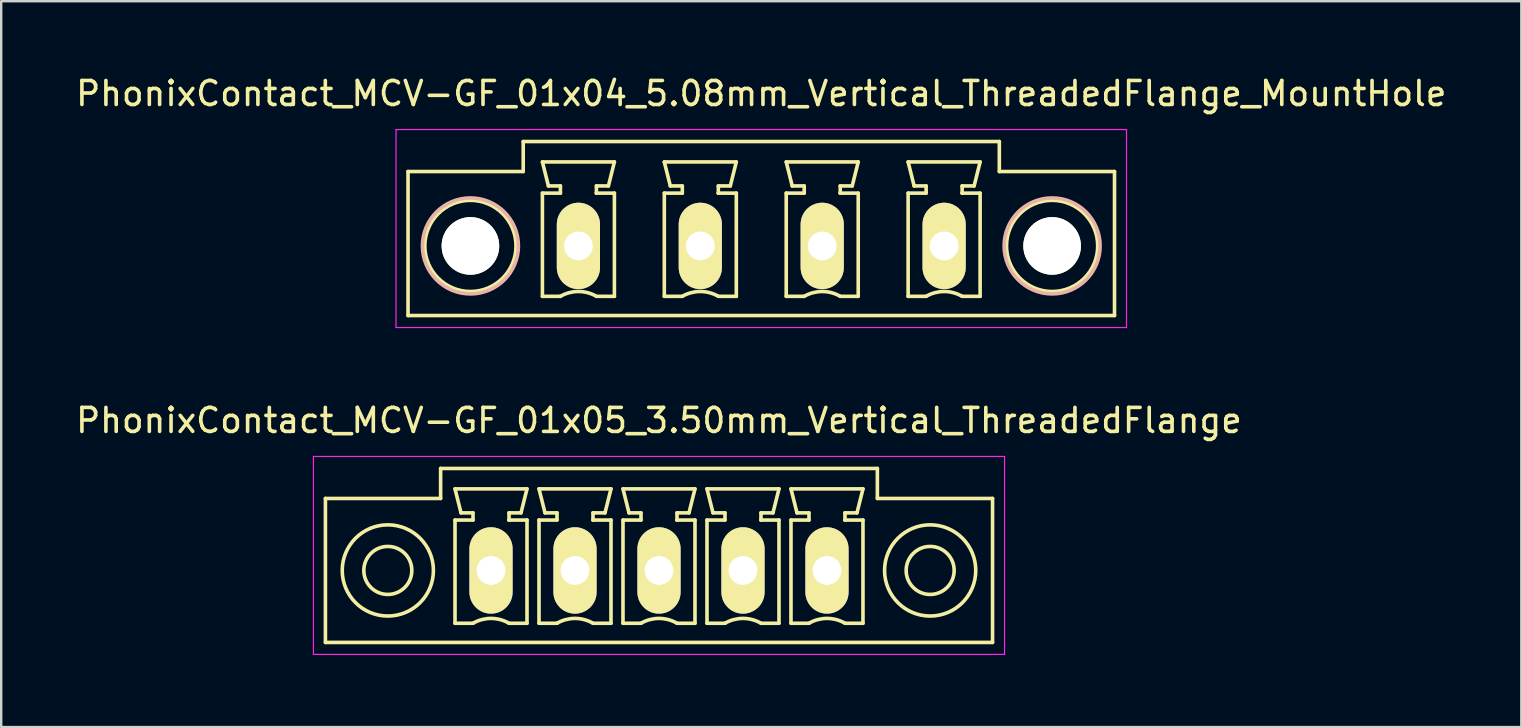
<source format=kicad_pcb>
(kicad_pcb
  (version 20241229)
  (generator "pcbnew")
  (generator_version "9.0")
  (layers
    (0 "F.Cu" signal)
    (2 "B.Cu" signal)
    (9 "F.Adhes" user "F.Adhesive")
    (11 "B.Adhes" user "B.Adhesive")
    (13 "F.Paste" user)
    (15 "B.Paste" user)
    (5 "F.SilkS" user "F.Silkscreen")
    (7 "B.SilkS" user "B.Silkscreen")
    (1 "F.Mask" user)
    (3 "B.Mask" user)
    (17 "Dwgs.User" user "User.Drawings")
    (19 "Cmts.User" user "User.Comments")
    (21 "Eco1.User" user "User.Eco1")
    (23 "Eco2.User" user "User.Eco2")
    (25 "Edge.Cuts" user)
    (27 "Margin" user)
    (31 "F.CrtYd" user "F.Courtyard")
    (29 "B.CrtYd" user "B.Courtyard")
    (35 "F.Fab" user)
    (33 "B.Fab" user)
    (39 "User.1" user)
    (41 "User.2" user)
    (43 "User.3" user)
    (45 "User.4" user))
  (footprint "PhonixContact_MCV-GF_01x05_3.50mm_Vertical_ThreadedFlange"
    (layer "F.Cu")
    (at 17.411 20.721)
    (property "Reference" "PhonixContact_MCV-GF_01x05_3.50mm_Vertical_ThreadedFlange" (at 7 -6.25 0) (layer "F.SilkS") (effects (font (size 1 1) (thickness 0.15))))
    (attr through_hole)
    (fp_line (start -6.9 -3) (end -6.9 3) (stroke (width 0.15) (type solid)) (layer "F.SilkS"))
    (fp_line (start -6.9 3) (end 20.9 3) (stroke (width 0.15) (type solid)) (layer "F.SilkS"))
    (fp_line (start -2.1 -4.25) (end -2.1 -3) (stroke (width 0.15) (type solid)) (layer "F.SilkS"))
    (fp_line (start -2.1 -3) (end -6.9 -3) (stroke (width 0.15) (type solid)) (layer "F.SilkS"))
    (fp_line (start -1.5 -3.4) (end 1.5 -3.4) (stroke (width 0.15) (type solid)) (layer "F.SilkS"))
    (fp_line (start -1.5 -2.1) (end -0.75 -2.1) (stroke (width 0.15) (type solid)) (layer "F.SilkS"))
    (fp_line (start -1.5 2.2) (end -1.5 -2.1) (stroke (width 0.15) (type solid)) (layer "F.SilkS"))
    (fp_line (start -1.25 -2.4) (end -1.5 -3.4) (stroke (width 0.15) (type solid)) (layer "F.SilkS"))
    (fp_line (start -0.75 -2.4) (end -1.25 -2.4) (stroke (width 0.15) (type solid)) (layer "F.SilkS"))
    (fp_line (start -0.75 -2.1) (end -0.75 -2.4) (stroke (width 0.15) (type solid)) (layer "F.SilkS"))
    (fp_line (start -0.75 2.2) (end -1.5 2.2) (stroke (width 0.15) (type solid)) (layer "F.SilkS"))
    (fp_line (start 0.75 -2.4) (end 0.75 -2.1) (stroke (width 0.15) (type solid)) (layer "F.SilkS"))
    (fp_line (start 0.75 -2.1) (end 0.75 -2.1) (stroke (width 0.15) (type solid)) (layer "F.SilkS"))
    (fp_line (start 0.75 -2.1) (end 1.5 -2.1) (stroke (width 0.15) (type solid)) (layer "F.SilkS"))
    (fp_line (start 1.25 -2.4) (end 0.75 -2.4) (stroke (width 0.15) (type solid)) (layer "F.SilkS"))
    (fp_line (start 1.5 -3.4) (end 1.25 -2.4) (stroke (width 0.15) (type solid)) (layer "F.SilkS"))
    (fp_line (start 1.5 -2.1) (end 1.5 2.2) (stroke (width 0.15) (type solid)) (layer "F.SilkS"))
    (fp_line (start 1.5 2.2) (end 0.75 2.2) (stroke (width 0.15) (type solid)) (layer "F.SilkS"))
    (fp_line (start 2 -3.4) (end 5 -3.4) (stroke (width 0.15) (type solid)) (layer "F.SilkS"))
    (fp_line (start 2 -2.1) (end 2.75 -2.1) (stroke (width 0.15) (type solid)) (layer "F.SilkS"))
    (fp_line (start 2 2.2) (end 2 -2.1) (stroke (width 0.15) (type solid)) (layer "F.SilkS"))
    (fp_line (start 2.25 -2.4) (end 2 -3.4) (stroke (width 0.15) (type solid)) (layer "F.SilkS"))
    (fp_line (start 2.75 -2.4) (end 2.25 -2.4) (stroke (width 0.15) (type solid)) (layer "F.SilkS"))
    (fp_line (start 2.75 -2.1) (end 2.75 -2.4) (stroke (width 0.15) (type solid)) (layer "F.SilkS"))
    (fp_line (start 2.75 2.2) (end 2 2.2) (stroke (width 0.15) (type solid)) (layer "F.SilkS"))
    (fp_line (start 4.25 -2.4) (end 4.25 -2.1) (stroke (width 0.15) (type solid)) (layer "F.SilkS"))
    (fp_line (start 4.25 -2.1) (end 4.25 -2.1) (stroke (width 0.15) (type solid)) (layer "F.SilkS"))
    (fp_line (start 4.25 -2.1) (end 5 -2.1) (stroke (width 0.15) (type solid)) (layer "F.SilkS"))
    (fp_line (start 4.75 -2.4) (end 4.25 -2.4) (stroke (width 0.15) (type solid)) (layer "F.SilkS"))
    (fp_line (start 5 -3.4) (end 4.75 -2.4) (stroke (width 0.15) (type solid)) (layer "F.SilkS"))
    (fp_line (start 5 -2.1) (end 5 2.2) (stroke (width 0.15) (type solid)) (layer "F.SilkS"))
    (fp_line (start 5 2.2) (end 4.25 2.2) (stroke (width 0.15) (type solid)) (layer "F.SilkS"))
    (fp_line (start 5.5 -3.4) (end 8.5 -3.4) (stroke (width 0.15) (type solid)) (layer "F.SilkS"))
    (fp_line (start 5.5 -2.1) (end 6.25 -2.1) (stroke (width 0.15) (type solid)) (layer "F.SilkS"))
    (fp_line (start 5.5 2.2) (end 5.5 -2.1) (stroke (width 0.15) (type solid)) (layer "F.SilkS"))
    (fp_line (start 5.75 -2.4) (end 5.5 -3.4) (stroke (width 0.15) (type solid)) (layer "F.SilkS"))
    (fp_line (start 6.25 -2.4) (end 5.75 -2.4) (stroke (width 0.15) (type solid)) (layer "F.SilkS"))
    (fp_line (start 6.25 -2.1) (end 6.25 -2.4) (stroke (width 0.15) (type solid)) (layer "F.SilkS"))
    (fp_line (start 6.25 2.2) (end 5.5 2.2) (stroke (width 0.15) (type solid)) (layer "F.SilkS"))
    (fp_line (start 7.75 -2.4) (end 7.75 -2.1) (stroke (width 0.15) (type solid)) (layer "F.SilkS"))
    (fp_line (start 7.75 -2.1) (end 7.75 -2.1) (stroke (width 0.15) (type solid)) (layer "F.SilkS"))
    (fp_line (start 7.75 -2.1) (end 8.5 -2.1) (stroke (width 0.15) (type solid)) (layer "F.SilkS"))
    (fp_line (start 8.25 -2.4) (end 7.75 -2.4) (stroke (width 0.15) (type solid)) (layer "F.SilkS"))
    (fp_line (start 8.5 -3.4) (end 8.25 -2.4) (stroke (width 0.15) (type solid)) (layer "F.SilkS"))
    (fp_line (start 8.5 -2.1) (end 8.5 2.2) (stroke (width 0.15) (type solid)) (layer "F.SilkS"))
    (fp_line (start 8.5 2.2) (end 7.75 2.2) (stroke (width 0.15) (type solid)) (layer "F.SilkS"))
    (fp_line (start 9 -3.4) (end 12 -3.4) (stroke (width 0.15) (type solid)) (layer "F.SilkS"))
    (fp_line (start 9 -2.1) (end 9.75 -2.1) (stroke (width 0.15) (type solid)) (layer "F.SilkS"))
    (fp_line (start 9 2.2) (end 9 -2.1) (stroke (width 0.15) (type solid)) (layer "F.SilkS"))
    (fp_line (start 9.25 -2.4) (end 9 -3.4) (stroke (width 0.15) (type solid)) (layer "F.SilkS"))
    (fp_line (start 9.75 -2.4) (end 9.25 -2.4) (stroke (width 0.15) (type solid)) (layer "F.SilkS"))
    (fp_line (start 9.75 -2.1) (end 9.75 -2.4) (stroke (width 0.15) (type solid)) (layer "F.SilkS"))
    (fp_line (start 9.75 2.2) (end 9 2.2) (stroke (width 0.15) (type solid)) (layer "F.SilkS"))
    (fp_line (start 11.25 -2.4) (end 11.25 -2.1) (stroke (width 0.15) (type solid)) (layer "F.SilkS"))
    (fp_line (start 11.25 -2.1) (end 11.25 -2.1) (stroke (width 0.15) (type solid)) (layer "F.SilkS"))
    (fp_line (start 11.25 -2.1) (end 12 -2.1) (stroke (width 0.15) (type solid)) (layer "F.SilkS"))
    (fp_line (start 11.75 -2.4) (end 11.25 -2.4) (stroke (width 0.15) (type solid)) (layer "F.SilkS"))
    (fp_line (start 12 -3.4) (end 11.75 -2.4) (stroke (width 0.15) (type solid)) (layer "F.SilkS"))
    (fp_line (start 12 -2.1) (end 12 2.2) (stroke (width 0.15) (type solid)) (layer "F.SilkS"))
    (fp_line (start 12 2.2) (end 11.25 2.2) (stroke (width 0.15) (type solid)) (layer "F.SilkS"))
    (fp_line (start 12.5 -3.4) (end 15.5 -3.4) (stroke (width 0.15) (type solid)) (layer "F.SilkS"))
    (fp_line (start 12.5 -2.1) (end 13.25 -2.1) (stroke (width 0.15) (type solid)) (layer "F.SilkS"))
    (fp_line (start 12.5 2.2) (end 12.5 -2.1) (stroke (width 0.15) (type solid)) (layer "F.SilkS"))
    (fp_line (start 12.75 -2.4) (end 12.5 -3.4) (stroke (width 0.15) (type solid)) (layer "F.SilkS"))
    (fp_line (start 13.25 -2.4) (end 12.75 -2.4) (stroke (width 0.15) (type solid)) (layer "F.SilkS"))
    (fp_line (start 13.25 -2.1) (end 13.25 -2.4) (stroke (width 0.15) (type solid)) (layer "F.SilkS"))
    (fp_line (start 13.25 2.2) (end 12.5 2.2) (stroke (width 0.15) (type solid)) (layer "F.SilkS"))
    (fp_line (start 14.75 -2.4) (end 14.75 -2.1) (stroke (width 0.15) (type solid)) (layer "F.SilkS"))
    (fp_line (start 14.75 -2.1) (end 14.75 -2.1) (stroke (width 0.15) (type solid)) (layer "F.SilkS"))
    (fp_line (start 14.75 -2.1) (end 15.5 -2.1) (stroke (width 0.15) (type solid)) (layer "F.SilkS"))
    (fp_line (start 15.25 -2.4) (end 14.75 -2.4) (stroke (width 0.15) (type solid)) (layer "F.SilkS"))
    (fp_line (start 15.5 -3.4) (end 15.25 -2.4) (stroke (width 0.15) (type solid)) (layer "F.SilkS"))
    (fp_line (start 15.5 -2.1) (end 15.5 2.2) (stroke (width 0.15) (type solid)) (layer "F.SilkS"))
    (fp_line (start 15.5 2.2) (end 14.75 2.2) (stroke (width 0.15) (type solid)) (layer "F.SilkS"))
    (fp_line (start 16.1 -4.25) (end -2.1 -4.25) (stroke (width 0.15) (type solid)) (layer "F.SilkS"))
    (fp_line (start 16.1 -3) (end 16.1 -4.25) (stroke (width 0.15) (type solid)) (layer "F.SilkS"))
    (fp_line (start 20.9 -3) (end 16.1 -3) (stroke (width 0.15) (type solid)) (layer "F.SilkS"))
    (fp_line (start 20.9 3) (end 20.9 -3) (stroke (width 0.15) (type solid)) (layer "F.SilkS"))
    (fp_arc (start -0.75 2.2) (mid -0.006068 1.999179) (end 0.739464 2.193978) (stroke (width 0.15) (type solid)) (layer "F.SilkS"))
    (fp_arc (start 2.75 2.2) (mid 3.493932 1.999179) (end 4.239464 2.193978) (stroke (width 0.15) (type solid)) (layer "F.SilkS"))
    (fp_arc (start 6.25 2.2) (mid 6.993932 1.999179) (end 7.739464 2.193978) (stroke (width 0.15) (type solid)) (layer "F.SilkS"))
    (fp_arc (start 9.75 2.2) (mid 10.493932 1.999179) (end 11.239464 2.193978) (stroke (width 0.15) (type solid)) (layer "F.SilkS"))
    (fp_arc (start 13.25 2.2) (mid 13.993932 1.999179) (end 14.739464 2.193978) (stroke (width 0.15) (type solid)) (layer "F.SilkS"))
    (fp_circle (center -4.3 0) (end -3.3 0) (stroke (width 0.15) (type solid)) (fill no) (layer "F.SilkS"))
    (fp_circle (center -4.3 0) (end -2.4 0) (stroke (width 0.15) (type solid)) (fill no) (layer "F.SilkS"))
    (fp_circle (center 18.3 0) (end 19.3 0) (stroke (width 0.15) (type solid)) (fill no) (layer "F.SilkS"))
    (fp_circle (center 18.3 0) (end 20.2 0) (stroke (width 0.15) (type solid)) (fill no) (layer "F.SilkS"))
    (fp_line (start -7.4 -4.75) (end -7.4 3.5) (stroke (width 0.05) (type solid)) (layer "F.CrtYd"))
    (fp_line (start -7.4 3.5) (end 21.4 3.5) (stroke (width 0.05) (type solid)) (layer "F.CrtYd"))
    (fp_line (start 21.4 -4.75) (end -7.4 -4.75) (stroke (width 0.05) (type solid)) (layer "F.CrtYd"))
    (fp_line (start 21.4 3.5) (end 21.4 -4.75) (stroke (width 0.05) (type solid)) (layer "F.CrtYd"))
    (pad "1" thru_hole oval (at 0 0) (size 1.8 3.6) (drill 1.2) (layers "*.Cu" "*.Mask" "F.SilkS"))
    (pad "2" thru_hole oval (at 3.5 0) (size 1.8 3.6) (drill 1.2) (layers "*.Cu" "*.Mask" "F.SilkS"))
    (pad "3" thru_hole oval (at 7 0) (size 1.8 3.6) (drill 1.2) (layers "*.Cu" "*.Mask" "F.SilkS"))
    (pad "4" thru_hole oval (at 10.5 0) (size 1.8 3.6) (drill 1.2) (layers "*.Cu" "*.Mask" "F.SilkS"))
    (pad "5" thru_hole oval (at 14 0) (size 1.8 3.6) (drill 1.2) (layers "*.Cu" "*.Mask" "F.SilkS")))
  (footprint "PhonixContact_MCV-GF_01x04_5.08mm_Vertical_ThreadedFlange_MountHole"
    (layer "F.Cu")
    (at 21.053 7.198)
    (property "Reference" "PhonixContact_MCV-GF_01x04_5.08mm_Vertical_ThreadedFlange_MountHole" (at 7.62 -6.35 0) (layer "F.SilkS") (effects (font (size 1 1) (thickness 0.15))))
    (attr through_hole)
    (fp_line (start -7.1 -3.1) (end -7.1 2.9) (stroke (width 0.15) (type solid)) (layer "F.SilkS"))
    (fp_line (start -7.1 2.9) (end 22.34 2.9) (stroke (width 0.15) (type solid)) (layer "F.SilkS"))
    (fp_line (start -2.3 -4.35) (end -2.3 -3.1) (stroke (width 0.15) (type solid)) (layer "F.SilkS"))
    (fp_line (start -2.3 -3.1) (end -7.1 -3.1) (stroke (width 0.15) (type solid)) (layer "F.SilkS"))
    (fp_line (start -1.5 -3.5) (end 1.5 -3.5) (stroke (width 0.15) (type solid)) (layer "F.SilkS"))
    (fp_line (start -1.5 -2.2) (end -0.75 -2.2) (stroke (width 0.15) (type solid)) (layer "F.SilkS"))
    (fp_line (start -1.5 2.1) (end -1.5 -2.2) (stroke (width 0.15) (type solid)) (layer "F.SilkS"))
    (fp_line (start -1.25 -2.5) (end -1.5 -3.5) (stroke (width 0.15) (type solid)) (layer "F.SilkS"))
    (fp_line (start -0.75 -2.5) (end -1.25 -2.5) (stroke (width 0.15) (type solid)) (layer "F.SilkS"))
    (fp_line (start -0.75 -2.2) (end -0.75 -2.5) (stroke (width 0.15) (type solid)) (layer "F.SilkS"))
    (fp_line (start -0.75 2.1) (end -1.5 2.1) (stroke (width 0.15) (type solid)) (layer "F.SilkS"))
    (fp_line (start 0.75 -2.5) (end 0.75 -2.2) (stroke (width 0.15) (type solid)) (layer "F.SilkS"))
    (fp_line (start 0.75 -2.2) (end 0.75 -2.2) (stroke (width 0.15) (type solid)) (layer "F.SilkS"))
    (fp_line (start 0.75 -2.2) (end 1.5 -2.2) (stroke (width 0.15) (type solid)) (layer "F.SilkS"))
    (fp_line (start 1.25 -2.5) (end 0.75 -2.5) (stroke (width 0.15) (type solid)) (layer "F.SilkS"))
    (fp_line (start 1.5 -3.5) (end 1.25 -2.5) (stroke (width 0.15) (type solid)) (layer "F.SilkS"))
    (fp_line (start 1.5 -2.2) (end 1.5 2.1) (stroke (width 0.15) (type solid)) (layer "F.SilkS"))
    (fp_line (start 1.5 2.1) (end 0.75 2.1) (stroke (width 0.15) (type solid)) (layer "F.SilkS"))
    (fp_line (start 3.58 -3.5) (end 6.58 -3.5) (stroke (width 0.15) (type solid)) (layer "F.SilkS"))
    (fp_line (start 3.58 -2.2) (end 4.33 -2.2) (stroke (width 0.15) (type solid)) (layer "F.SilkS"))
    (fp_line (start 3.58 2.1) (end 3.58 -2.2) (stroke (width 0.15) (type solid)) (layer "F.SilkS"))
    (fp_line (start 3.83 -2.5) (end 3.58 -3.5) (stroke (width 0.15) (type solid)) (layer "F.SilkS"))
    (fp_line (start 4.33 -2.5) (end 3.83 -2.5) (stroke (width 0.15) (type solid)) (layer "F.SilkS"))
    (fp_line (start 4.33 -2.2) (end 4.33 -2.5) (stroke (width 0.15) (type solid)) (layer "F.SilkS"))
    (fp_line (start 4.33 2.1) (end 3.58 2.1) (stroke (width 0.15) (type solid)) (layer "F.SilkS"))
    (fp_line (start 5.83 -2.5) (end 5.83 -2.2) (stroke (width 0.15) (type solid)) (layer "F.SilkS"))
    (fp_line (start 5.83 -2.2) (end 5.83 -2.2) (stroke (width 0.15) (type solid)) (layer "F.SilkS"))
    (fp_line (start 5.83 -2.2) (end 6.58 -2.2) (stroke (width 0.15) (type solid)) (layer "F.SilkS"))
    (fp_line (start 6.33 -2.5) (end 5.83 -2.5) (stroke (width 0.15) (type solid)) (layer "F.SilkS"))
    (fp_line (start 6.58 -3.5) (end 6.33 -2.5) (stroke (width 0.15) (type solid)) (layer "F.SilkS"))
    (fp_line (start 6.58 -2.2) (end 6.58 2.1) (stroke (width 0.15) (type solid)) (layer "F.SilkS"))
    (fp_line (start 6.58 2.1) (end 5.83 2.1) (stroke (width 0.15) (type solid)) (layer "F.SilkS"))
    (fp_line (start 8.66 -3.5) (end 11.66 -3.5) (stroke (width 0.15) (type solid)) (layer "F.SilkS"))
    (fp_line (start 8.66 -2.2) (end 9.41 -2.2) (stroke (width 0.15) (type solid)) (layer "F.SilkS"))
    (fp_line (start 8.66 2.1) (end 8.66 -2.2) (stroke (width 0.15) (type solid)) (layer "F.SilkS"))
    (fp_line (start 8.91 -2.5) (end 8.66 -3.5) (stroke (width 0.15) (type solid)) (layer "F.SilkS"))
    (fp_line (start 9.41 -2.5) (end 8.91 -2.5) (stroke (width 0.15) (type solid)) (layer "F.SilkS"))
    (fp_line (start 9.41 -2.2) (end 9.41 -2.5) (stroke (width 0.15) (type solid)) (layer "F.SilkS"))
    (fp_line (start 9.41 2.1) (end 8.66 2.1) (stroke (width 0.15) (type solid)) (layer "F.SilkS"))
    (fp_line (start 10.91 -2.5) (end 10.91 -2.2) (stroke (width 0.15) (type solid)) (layer "F.SilkS"))
    (fp_line (start 10.91 -2.2) (end 10.91 -2.2) (stroke (width 0.15) (type solid)) (layer "F.SilkS"))
    (fp_line (start 10.91 -2.2) (end 11.66 -2.2) (stroke (width 0.15) (type solid)) (layer "F.SilkS"))
    (fp_line (start 11.41 -2.5) (end 10.91 -2.5) (stroke (width 0.15) (type solid)) (layer "F.SilkS"))
    (fp_line (start 11.66 -3.5) (end 11.41 -2.5) (stroke (width 0.15) (type solid)) (layer "F.SilkS"))
    (fp_line (start 11.66 -2.2) (end 11.66 2.1) (stroke (width 0.15) (type solid)) (layer "F.SilkS"))
    (fp_line (start 11.66 2.1) (end 10.91 2.1) (stroke (width 0.15) (type solid)) (layer "F.SilkS"))
    (fp_line (start 13.74 -3.5) (end 16.74 -3.5) (stroke (width 0.15) (type solid)) (layer "F.SilkS"))
    (fp_line (start 13.74 -2.2) (end 14.49 -2.2) (stroke (width 0.15) (type solid)) (layer "F.SilkS"))
    (fp_line (start 13.74 2.1) (end 13.74 -2.2) (stroke (width 0.15) (type solid)) (layer "F.SilkS"))
    (fp_line (start 13.99 -2.5) (end 13.74 -3.5) (stroke (width 0.15) (type solid)) (layer "F.SilkS"))
    (fp_line (start 14.49 -2.5) (end 13.99 -2.5) (stroke (width 0.15) (type solid)) (layer "F.SilkS"))
    (fp_line (start 14.49 -2.2) (end 14.49 -2.5) (stroke (width 0.15) (type solid)) (layer "F.SilkS"))
    (fp_line (start 14.49 2.1) (end 13.74 2.1) (stroke (width 0.15) (type solid)) (layer "F.SilkS"))
    (fp_line (start 15.99 -2.5) (end 15.99 -2.2) (stroke (width 0.15) (type solid)) (layer "F.SilkS"))
    (fp_line (start 15.99 -2.2) (end 15.99 -2.2) (stroke (width 0.15) (type solid)) (layer "F.SilkS"))
    (fp_line (start 15.99 -2.2) (end 16.74 -2.2) (stroke (width 0.15) (type solid)) (layer "F.SilkS"))
    (fp_line (start 16.49 -2.5) (end 15.99 -2.5) (stroke (width 0.15) (type solid)) (layer "F.SilkS"))
    (fp_line (start 16.74 -3.5) (end 16.49 -2.5) (stroke (width 0.15) (type solid)) (layer "F.SilkS"))
    (fp_line (start 16.74 -2.2) (end 16.74 2.1) (stroke (width 0.15) (type solid)) (layer "F.SilkS"))
    (fp_line (start 16.74 2.1) (end 15.99 2.1) (stroke (width 0.15) (type solid)) (layer "F.SilkS"))
    (fp_line (start 17.54 -4.35) (end -2.3 -4.35) (stroke (width 0.15) (type solid)) (layer "F.SilkS"))
    (fp_line (start 17.54 -3.1) (end 17.54 -4.35) (stroke (width 0.15) (type solid)) (layer "F.SilkS"))
    (fp_line (start 22.34 -3.1) (end 17.54 -3.1) (stroke (width 0.15) (type solid)) (layer "F.SilkS"))
    (fp_line (start 22.34 2.9) (end 22.34 -3.1) (stroke (width 0.15) (type solid)) (layer "F.SilkS"))
    (fp_arc (start -0.75 2.1) (mid -0.006068 1.899179) (end 0.739464 2.093978) (stroke (width 0.15) (type solid)) (layer "F.SilkS"))
    (fp_arc (start 4.33 2.1) (mid 5.073932 1.899179) (end 5.819464 2.093978) (stroke (width 0.15) (type solid)) (layer "F.SilkS"))
    (fp_arc (start 9.41 2.1) (mid 10.153932 1.899179) (end 10.899464 2.093978) (stroke (width 0.15) (type solid)) (layer "F.SilkS"))
    (fp_arc (start 14.49 2.1) (mid 15.233932 1.899179) (end 15.979464 2.093978) (stroke (width 0.15) (type solid)) (layer "F.SilkS"))
    (fp_circle (center -4.5 0) (end -2.6 0) (stroke (width 0.15) (type solid)) (fill no) (layer "F.SilkS"))
    (fp_circle (center 19.74 0) (end 21.64 0) (stroke (width 0.15) (type solid)) (fill no) (layer "F.SilkS"))
    (fp_circle (center -4.5 0) (end -2.5 0) (stroke (width 0.15) (type solid)) (fill no) (layer "B.SilkS"))
    (fp_circle (center 19.74 0) (end 21.74 0) (stroke (width 0.15) (type solid)) (fill no) (layer "B.SilkS"))
    (fp_line (start -7.6 -4.85) (end -7.6 3.4) (stroke (width 0.05) (type solid)) (layer "F.CrtYd"))
    (fp_line (start -7.6 3.4) (end 22.84 3.4) (stroke (width 0.05) (type solid)) (layer "F.CrtYd"))
    (fp_line (start 22.84 -4.85) (end -7.6 -4.85) (stroke (width 0.05) (type solid)) (layer "F.CrtYd"))
    (fp_line (start 22.84 3.4) (end 22.84 -4.85) (stroke (width 0.05) (type solid)) (layer "F.CrtYd"))
    (pad "" np_thru_hole circle (at -4.5 0) (size 2.4 2.4) (drill 2.4) (layers "*.Cu" "*.Mask" "F.SilkS"))
    (pad "" np_thru_hole circle (at 19.74 0) (size 2.4 2.4) (drill 2.4) (layers "*.Cu" "*.Mask" "F.SilkS"))
    (pad "1" thru_hole oval (at 0 0) (size 1.8 3.6) (drill 1.2) (layers "*.Cu" "*.Mask" "F.SilkS"))
    (pad "2" thru_hole oval (at 5.08 0) (size 1.8 3.6) (drill 1.2) (layers "*.Cu" "*.Mask" "F.SilkS"))
    (pad "3" thru_hole oval (at 10.16 0) (size 1.8 3.6) (drill 1.2) (layers "*.Cu" "*.Mask" "F.SilkS"))
    (pad "4" thru_hole oval (at 15.24 0) (size 1.8 3.6) (drill 1.2) (layers "*.Cu" "*.Mask" "F.SilkS")))
  (gr_rect
    (start -3 -3)
    (end 60.345 27.247)
    (stroke (width 0.1) (type default))
    (fill no)
    (layer "Edge.Cuts")))
</source>
